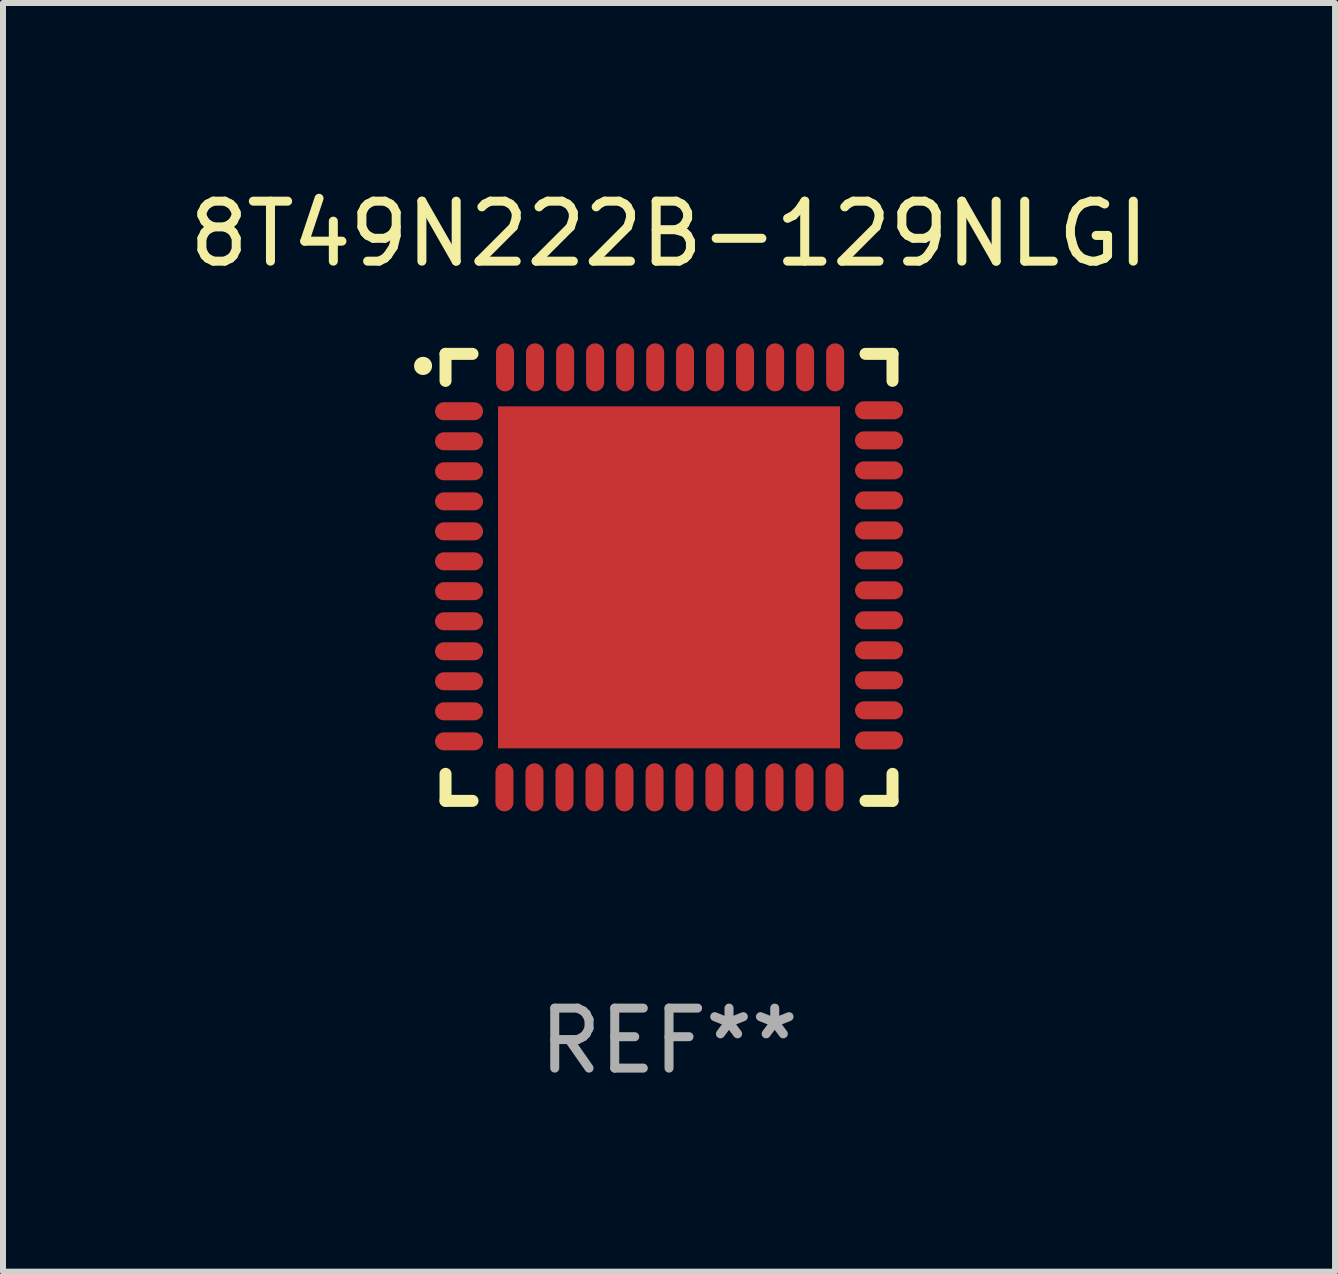
<source format=kicad_pcb>
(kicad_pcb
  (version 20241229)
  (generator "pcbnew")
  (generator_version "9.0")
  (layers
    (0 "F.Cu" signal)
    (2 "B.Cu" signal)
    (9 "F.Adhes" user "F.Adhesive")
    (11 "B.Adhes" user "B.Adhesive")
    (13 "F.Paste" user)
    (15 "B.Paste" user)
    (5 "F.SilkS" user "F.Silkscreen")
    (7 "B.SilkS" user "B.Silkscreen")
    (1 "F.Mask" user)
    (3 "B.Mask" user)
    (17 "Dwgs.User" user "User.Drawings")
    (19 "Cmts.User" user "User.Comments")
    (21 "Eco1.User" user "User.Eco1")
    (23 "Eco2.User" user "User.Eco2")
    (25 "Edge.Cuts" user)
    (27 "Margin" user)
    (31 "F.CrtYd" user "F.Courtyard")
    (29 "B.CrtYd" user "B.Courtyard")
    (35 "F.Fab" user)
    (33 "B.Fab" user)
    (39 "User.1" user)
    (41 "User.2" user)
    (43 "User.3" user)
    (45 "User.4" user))
  (footprint "8T49N222B-129NLGI"
    (layer "F.Cu")
    (at 8.101 6.573)
    (property "Reference" "8T49N222B-129NLGI" (at 0 -5.725 0) (layer "F.SilkS") (effects (font (size 1 1) (thickness 0.15))))
    (attr through_hole)
    (fp_line (start -3.725 -3.725) (end -3.275 -3.725) (stroke (width 0.2) (type solid)) (layer "F.SilkS"))
    (fp_line (start -3.725 -3.275) (end -3.725 -3.725) (stroke (width 0.2) (type solid)) (layer "F.SilkS"))
    (fp_line (start -3.725 3.275) (end -3.725 3.725) (stroke (width 0.2) (type solid)) (layer "F.SilkS"))
    (fp_line (start -3.725 3.725) (end -3.275 3.725) (stroke (width 0.2) (type solid)) (layer "F.SilkS"))
    (fp_line (start 3.275 -3.725) (end 3.725 -3.725) (stroke (width 0.2) (type solid)) (layer "F.SilkS"))
    (fp_line (start 3.275 3.725) (end 3.725 3.725) (stroke (width 0.2) (type solid)) (layer "F.SilkS"))
    (fp_line (start 3.725 -3.725) (end 3.725 -3.275) (stroke (width 0.2) (type solid)) (layer "F.SilkS"))
    (fp_line (start 3.725 3.725) (end 3.725 3.275) (stroke (width 0.2) (type solid)) (layer "F.SilkS"))
    (fp_arc (start -4.099568 -3.522987) (mid -4.099573 -3.524257) (end -4.099568 -3.525527) (stroke (width 0.3) (type solid)) (layer "F.SilkS"))
    (fp_text user "REF**" (at 0 7.725 0) (layer "F.Fab") (effects (font (size 1 1) (thickness 0.15))))
    (pad "1" smd oval (at -3.5 -2.769 90) (size 0.3 0.8) (layers "F.Cu" "F.Mask" "F.Paste"))
    (pad "2" smd oval (at -3.5 -2.268 90) (size 0.3 0.8) (layers "F.Cu" "F.Mask" "F.Paste"))
    (pad "3" smd oval (at -3.5 -1.768 90) (size 0.3 0.8) (layers "F.Cu" "F.Mask" "F.Paste"))
    (pad "4" smd oval (at -3.5 -1.267 90) (size 0.3 0.8) (layers "F.Cu" "F.Mask" "F.Paste"))
    (pad "5" smd oval (at -3.5 -0.767 90) (size 0.3 0.8) (layers "F.Cu" "F.Mask" "F.Paste"))
    (pad "6" smd oval (at -3.5 -0.267 90) (size 0.3 0.8) (layers "F.Cu" "F.Mask" "F.Paste"))
    (pad "7" smd oval (at -3.5 0.231 90) (size 0.3 0.8) (layers "F.Cu" "F.Mask" "F.Paste"))
    (pad "8" smd oval (at -3.5 0.732 90) (size 0.3 0.8) (layers "F.Cu" "F.Mask" "F.Paste"))
    (pad "9" smd oval (at -3.5 1.232 90) (size 0.3 0.8) (layers "F.Cu" "F.Mask" "F.Paste"))
    (pad "10" smd oval (at -3.5 1.732 90) (size 0.3 0.8) (layers "F.Cu" "F.Mask" "F.Paste"))
    (pad "11" smd oval (at -3.5 2.233 90) (size 0.3 0.8) (layers "F.Cu" "F.Mask" "F.Paste"))
    (pad "12" smd oval (at -3.5 2.733 90) (size 0.3 0.8) (layers "F.Cu" "F.Mask" "F.Paste"))
    (pad "13" smd oval (at -2.743 3.5) (size 0.3 0.8) (layers "F.Cu" "F.Mask" "F.Paste"))
    (pad "14" smd oval (at -2.243 3.5) (size 0.3 0.8) (layers "F.Cu" "F.Mask" "F.Paste"))
    (pad "15" smd oval (at -1.742 3.5) (size 0.3 0.8) (layers "F.Cu" "F.Mask" "F.Paste"))
    (pad "16" smd oval (at -1.242 3.5) (size 0.3 0.8) (layers "F.Cu" "F.Mask" "F.Paste"))
    (pad "17" smd oval (at -0.742 3.5) (size 0.3 0.8) (layers "F.Cu" "F.Mask" "F.Paste"))
    (pad "18" smd oval (at -0.241 3.5) (size 0.3 0.8) (layers "F.Cu" "F.Mask" "F.Paste"))
    (pad "19" smd oval (at 0.257 3.5) (size 0.3 0.8) (layers "F.Cu" "F.Mask" "F.Paste"))
    (pad "20" smd oval (at 0.757 3.5) (size 0.3 0.8) (layers "F.Cu" "F.Mask" "F.Paste"))
    (pad "21" smd oval (at 1.257 3.5) (size 0.3 0.8) (layers "F.Cu" "F.Mask" "F.Paste"))
    (pad "22" smd oval (at 1.758 3.5) (size 0.3 0.8) (layers "F.Cu" "F.Mask" "F.Paste"))
    (pad "23" smd oval (at 2.258 3.5) (size 0.3 0.8) (layers "F.Cu" "F.Mask" "F.Paste"))
    (pad "24" smd oval (at 2.758 3.5) (size 0.3 0.8) (layers "F.Cu" "F.Mask" "F.Paste"))
    (pad "25" smd oval (at 3.5 2.718 90) (size 0.3 0.8) (layers "F.Cu" "F.Mask" "F.Paste"))
    (pad "26" smd oval (at 3.5 2.217 90) (size 0.3 0.8) (layers "F.Cu" "F.Mask" "F.Paste"))
    (pad "27" smd oval (at 3.5 1.717 90) (size 0.3 0.8) (layers "F.Cu" "F.Mask" "F.Paste"))
    (pad "28" smd oval (at 3.5 1.217 90) (size 0.3 0.8) (layers "F.Cu" "F.Mask" "F.Paste"))
    (pad "29" smd oval (at 3.5 0.716 90) (size 0.3 0.8) (layers "F.Cu" "F.Mask" "F.Paste"))
    (pad "30" smd oval (at 3.5 0.216 90) (size 0.3 0.8) (layers "F.Cu" "F.Mask" "F.Paste"))
    (pad "31" smd oval (at 3.5 -0.282 90) (size 0.3 0.8) (layers "F.Cu" "F.Mask" "F.Paste"))
    (pad "32" smd oval (at 3.5 -0.782 90) (size 0.3 0.8) (layers "F.Cu" "F.Mask" "F.Paste"))
    (pad "33" smd oval (at 3.5 -1.283 90) (size 0.3 0.8) (layers "F.Cu" "F.Mask" "F.Paste"))
    (pad "34" smd oval (at 3.5 -1.783 90) (size 0.3 0.8) (layers "F.Cu" "F.Mask" "F.Paste"))
    (pad "35" smd oval (at 3.5 -2.283 90) (size 0.3 0.8) (layers "F.Cu" "F.Mask" "F.Paste"))
    (pad "36" smd oval (at 3.5 -2.784 90) (size 0.3 0.8) (layers "F.Cu" "F.Mask" "F.Paste"))
    (pad "37" smd oval (at 2.769 -3.5) (size 0.3 0.8) (layers "F.Cu" "F.Mask" "F.Paste"))
    (pad "38" smd oval (at 2.268 -3.5) (size 0.3 0.8) (layers "F.Cu" "F.Mask" "F.Paste"))
    (pad "39" smd oval (at 1.768 -3.5) (size 0.3 0.8) (layers "F.Cu" "F.Mask" "F.Paste"))
    (pad "40" smd oval (at 1.267 -3.5) (size 0.3 0.8) (layers "F.Cu" "F.Mask" "F.Paste"))
    (pad "41" smd oval (at 0.767 -3.5) (size 0.3 0.8) (layers "F.Cu" "F.Mask" "F.Paste"))
    (pad "42" smd oval (at 0.267 -3.5) (size 0.3 0.8) (layers "F.Cu" "F.Mask" "F.Paste"))
    (pad "43" smd oval (at -0.231 -3.5) (size 0.3 0.8) (layers "F.Cu" "F.Mask" "F.Paste"))
    (pad "44" smd oval (at -0.732 -3.5) (size 0.3 0.8) (layers "F.Cu" "F.Mask" "F.Paste"))
    (pad "45" smd oval (at -1.232 -3.5) (size 0.3 0.8) (layers "F.Cu" "F.Mask" "F.Paste"))
    (pad "46" smd oval (at -1.732 -3.5) (size 0.3 0.8) (layers "F.Cu" "F.Mask" "F.Paste"))
    (pad "47" smd oval (at -2.233 -3.5) (size 0.3 0.8) (layers "F.Cu" "F.Mask" "F.Paste"))
    (pad "48" smd oval (at -2.733 -3.5) (size 0.3 0.8) (layers "F.Cu" "F.Mask" "F.Paste"))
    (pad "49" smd rect (at 0 0) (size 5.7 5.7) (layers "F.Cu" "F.Mask" "F.Paste")))
  (gr_rect
    (start -3 -3)
    (end 19.202 18.146)
    (stroke (width 0.1) (type default))
    (fill no)
    (layer "Edge.Cuts")))
</source>
